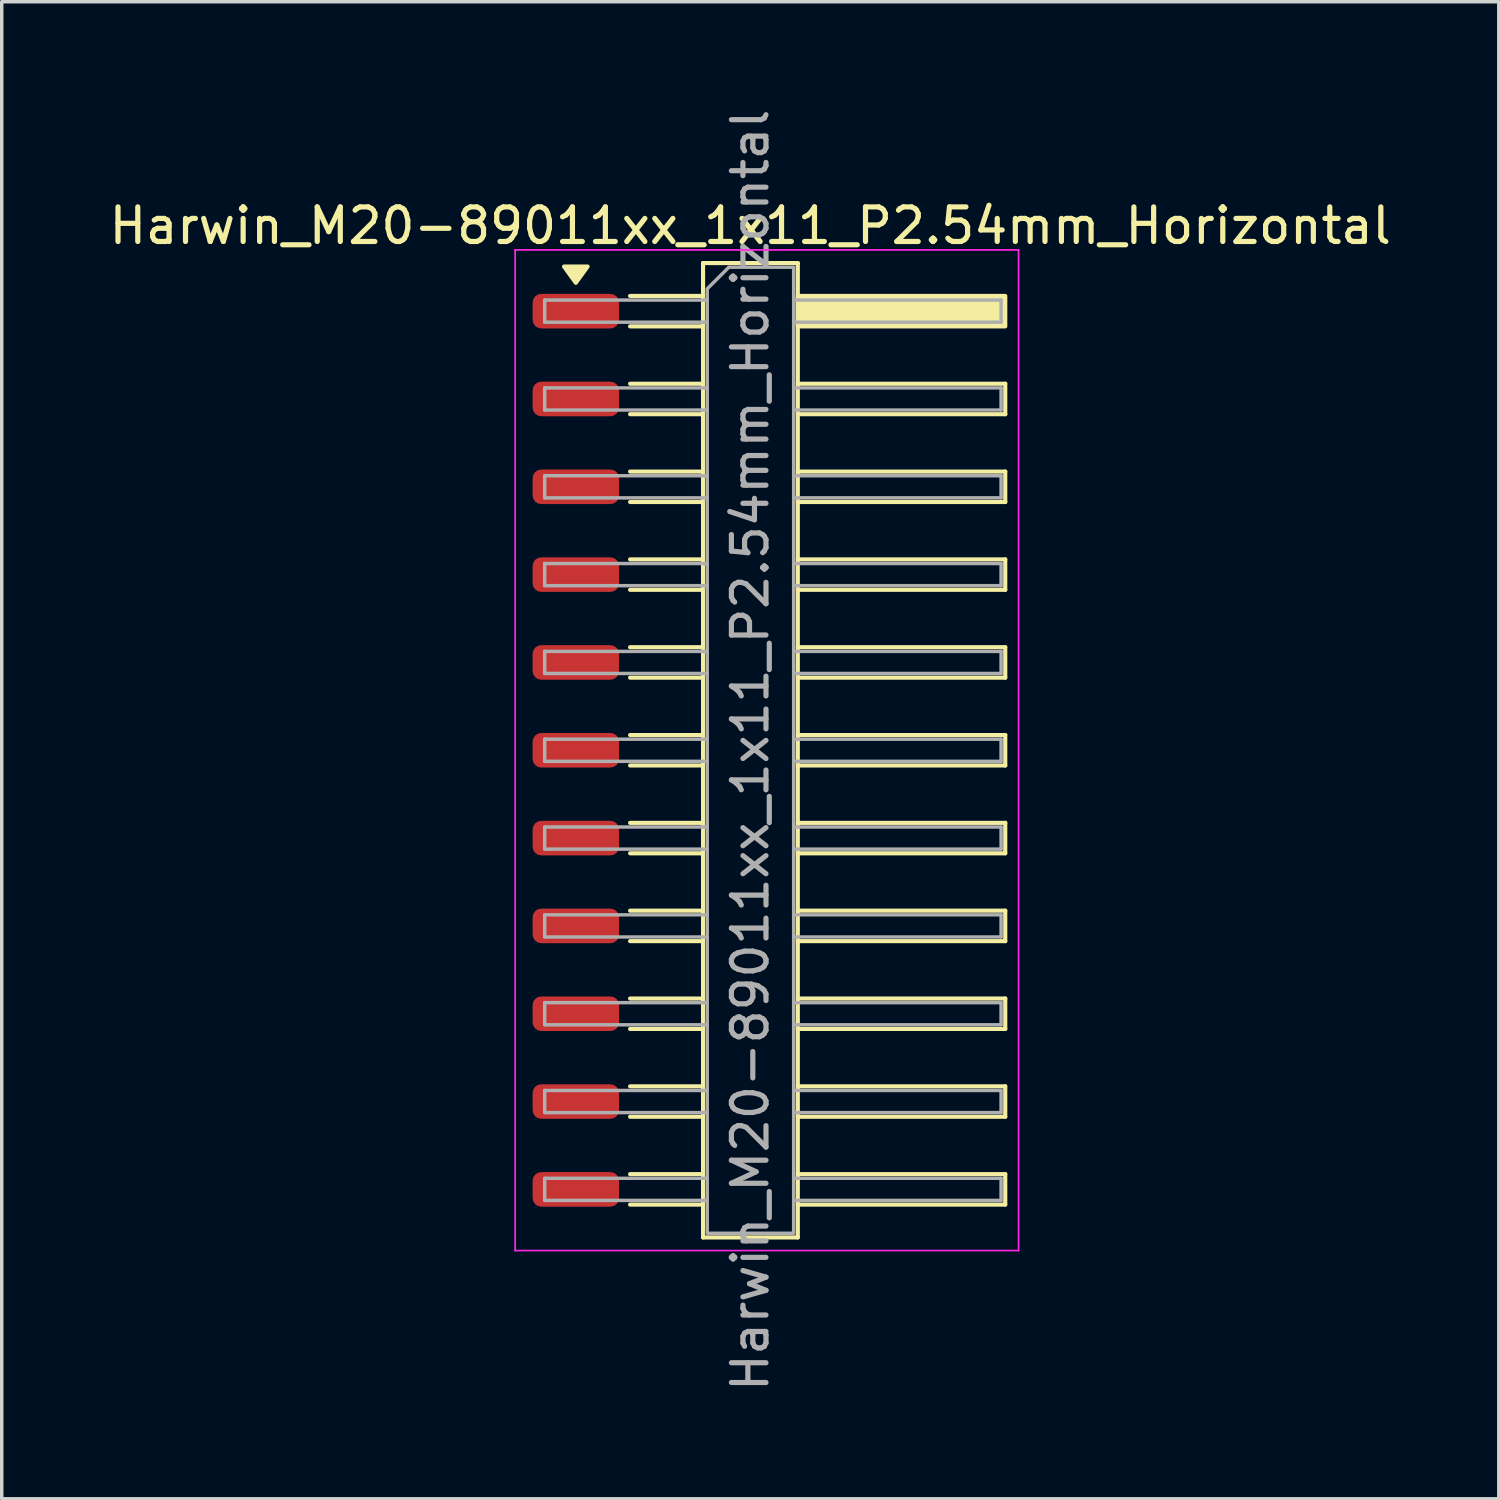
<source format=kicad_pcb>
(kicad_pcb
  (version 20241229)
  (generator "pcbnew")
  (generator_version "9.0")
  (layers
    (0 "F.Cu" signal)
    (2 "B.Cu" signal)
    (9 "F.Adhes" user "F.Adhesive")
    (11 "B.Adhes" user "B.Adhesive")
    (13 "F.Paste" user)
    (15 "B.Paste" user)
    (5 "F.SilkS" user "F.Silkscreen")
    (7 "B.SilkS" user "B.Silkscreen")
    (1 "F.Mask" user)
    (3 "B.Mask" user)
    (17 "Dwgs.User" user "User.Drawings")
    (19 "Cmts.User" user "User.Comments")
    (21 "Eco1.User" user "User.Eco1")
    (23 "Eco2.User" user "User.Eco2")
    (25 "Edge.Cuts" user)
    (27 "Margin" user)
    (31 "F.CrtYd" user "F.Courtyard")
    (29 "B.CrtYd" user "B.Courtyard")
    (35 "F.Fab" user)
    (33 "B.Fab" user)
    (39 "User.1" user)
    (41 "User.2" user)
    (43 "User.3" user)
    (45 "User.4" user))
  (footprint "Harwin_M20-89011xx_1x11_P2.54mm_Horizontal"
    (layer "F.Cu")
    (at 19.129 18.649)
    (property "Reference" "Harwin_M20-89011xx_1x11_P2.54mm_Horizontal" (at -0.48 -15.17 0) (layer "F.SilkS") (effects (font (size 1 1) (thickness 0.15))))
    (attr smd)
    (fp_line (start -3.955 -13.14) (end -1.845 -13.14) (stroke (width 0.12) (type solid)) (layer "F.SilkS"))
    (fp_line (start -3.955 -12.26) (end -1.845 -12.26) (stroke (width 0.12) (type solid)) (layer "F.SilkS"))
    (fp_line (start -3.955 -10.6) (end -1.845 -10.6) (stroke (width 0.12) (type solid)) (layer "F.SilkS"))
    (fp_line (start -3.955 -9.72) (end -1.845 -9.72) (stroke (width 0.12) (type solid)) (layer "F.SilkS"))
    (fp_line (start -3.955 -8.06) (end -1.845 -8.06) (stroke (width 0.12) (type solid)) (layer "F.SilkS"))
    (fp_line (start -3.955 -7.18) (end -1.845 -7.18) (stroke (width 0.12) (type solid)) (layer "F.SilkS"))
    (fp_line (start -3.955 -5.52) (end -1.845 -5.52) (stroke (width 0.12) (type solid)) (layer "F.SilkS"))
    (fp_line (start -3.955 -4.64) (end -1.845 -4.64) (stroke (width 0.12) (type solid)) (layer "F.SilkS"))
    (fp_line (start -3.955 -2.98) (end -1.845 -2.98) (stroke (width 0.12) (type solid)) (layer "F.SilkS"))
    (fp_line (start -3.955 -2.1) (end -1.845 -2.1) (stroke (width 0.12) (type solid)) (layer "F.SilkS"))
    (fp_line (start -3.955 -0.44) (end -1.845 -0.44) (stroke (width 0.12) (type solid)) (layer "F.SilkS"))
    (fp_line (start -3.955 0.44) (end -1.845 0.44) (stroke (width 0.12) (type solid)) (layer "F.SilkS"))
    (fp_line (start -3.955 2.1) (end -1.845 2.1) (stroke (width 0.12) (type solid)) (layer "F.SilkS"))
    (fp_line (start -3.955 2.98) (end -1.845 2.98) (stroke (width 0.12) (type solid)) (layer "F.SilkS"))
    (fp_line (start -3.955 4.64) (end -1.845 4.64) (stroke (width 0.12) (type solid)) (layer "F.SilkS"))
    (fp_line (start -3.955 5.52) (end -1.845 5.52) (stroke (width 0.12) (type solid)) (layer "F.SilkS"))
    (fp_line (start -3.955 7.18) (end -1.845 7.18) (stroke (width 0.12) (type solid)) (layer "F.SilkS"))
    (fp_line (start -3.955 8.06) (end -1.845 8.06) (stroke (width 0.12) (type solid)) (layer "F.SilkS"))
    (fp_line (start -3.955 9.72) (end -1.845 9.72) (stroke (width 0.12) (type solid)) (layer "F.SilkS"))
    (fp_line (start -3.955 10.6) (end -1.845 10.6) (stroke (width 0.12) (type solid)) (layer "F.SilkS"))
    (fp_line (start -3.955 12.26) (end -1.845 12.26) (stroke (width 0.12) (type solid)) (layer "F.SilkS"))
    (fp_line (start -3.955 13.14) (end -1.845 13.14) (stroke (width 0.12) (type solid)) (layer "F.SilkS"))
    (fp_line (start -1.845 -14.09) (end 0.895 -14.09) (stroke (width 0.12) (type solid)) (layer "F.SilkS"))
    (fp_line (start -1.845 14.09) (end -1.845 -14.09) (stroke (width 0.12) (type solid)) (layer "F.SilkS"))
    (fp_line (start 0.895 -14.09) (end 0.895 14.09) (stroke (width 0.12) (type solid)) (layer "F.SilkS"))
    (fp_line (start 0.895 -10.6) (end 6.895 -10.6) (stroke (width 0.12) (type solid)) (layer "F.SilkS"))
    (fp_line (start 0.895 -8.06) (end 6.895 -8.06) (stroke (width 0.12) (type solid)) (layer "F.SilkS"))
    (fp_line (start 0.895 -5.52) (end 6.895 -5.52) (stroke (width 0.12) (type solid)) (layer "F.SilkS"))
    (fp_line (start 0.895 -2.98) (end 6.895 -2.98) (stroke (width 0.12) (type solid)) (layer "F.SilkS"))
    (fp_line (start 0.895 -0.44) (end 6.895 -0.44) (stroke (width 0.12) (type solid)) (layer "F.SilkS"))
    (fp_line (start 0.895 2.1) (end 6.895 2.1) (stroke (width 0.12) (type solid)) (layer "F.SilkS"))
    (fp_line (start 0.895 4.64) (end 6.895 4.64) (stroke (width 0.12) (type solid)) (layer "F.SilkS"))
    (fp_line (start 0.895 7.18) (end 6.895 7.18) (stroke (width 0.12) (type solid)) (layer "F.SilkS"))
    (fp_line (start 0.895 9.72) (end 6.895 9.72) (stroke (width 0.12) (type solid)) (layer "F.SilkS"))
    (fp_line (start 0.895 12.26) (end 6.895 12.26) (stroke (width 0.12) (type solid)) (layer "F.SilkS"))
    (fp_line (start 0.895 14.09) (end -1.845 14.09) (stroke (width 0.12) (type solid)) (layer "F.SilkS"))
    (fp_line (start 6.895 -10.6) (end 6.895 -9.72) (stroke (width 0.12) (type solid)) (layer "F.SilkS"))
    (fp_line (start 6.895 -9.72) (end 0.895 -9.72) (stroke (width 0.12) (type solid)) (layer "F.SilkS"))
    (fp_line (start 6.895 -8.06) (end 6.895 -7.18) (stroke (width 0.12) (type solid)) (layer "F.SilkS"))
    (fp_line (start 6.895 -7.18) (end 0.895 -7.18) (stroke (width 0.12) (type solid)) (layer "F.SilkS"))
    (fp_line (start 6.895 -5.52) (end 6.895 -4.64) (stroke (width 0.12) (type solid)) (layer "F.SilkS"))
    (fp_line (start 6.895 -4.64) (end 0.895 -4.64) (stroke (width 0.12) (type solid)) (layer "F.SilkS"))
    (fp_line (start 6.895 -2.98) (end 6.895 -2.1) (stroke (width 0.12) (type solid)) (layer "F.SilkS"))
    (fp_line (start 6.895 -2.1) (end 0.895 -2.1) (stroke (width 0.12) (type solid)) (layer "F.SilkS"))
    (fp_line (start 6.895 -0.44) (end 6.895 0.44) (stroke (width 0.12) (type solid)) (layer "F.SilkS"))
    (fp_line (start 6.895 0.44) (end 0.895 0.44) (stroke (width 0.12) (type solid)) (layer "F.SilkS"))
    (fp_line (start 6.895 2.1) (end 6.895 2.98) (stroke (width 0.12) (type solid)) (layer "F.SilkS"))
    (fp_line (start 6.895 2.98) (end 0.895 2.98) (stroke (width 0.12) (type solid)) (layer "F.SilkS"))
    (fp_line (start 6.895 4.64) (end 6.895 5.52) (stroke (width 0.12) (type solid)) (layer "F.SilkS"))
    (fp_line (start 6.895 5.52) (end 0.895 5.52) (stroke (width 0.12) (type solid)) (layer "F.SilkS"))
    (fp_line (start 6.895 7.18) (end 6.895 8.06) (stroke (width 0.12) (type solid)) (layer "F.SilkS"))
    (fp_line (start 6.895 8.06) (end 0.895 8.06) (stroke (width 0.12) (type solid)) (layer "F.SilkS"))
    (fp_line (start 6.895 9.72) (end 6.895 10.6) (stroke (width 0.12) (type solid)) (layer "F.SilkS"))
    (fp_line (start 6.895 10.6) (end 0.895 10.6) (stroke (width 0.12) (type solid)) (layer "F.SilkS"))
    (fp_line (start 6.895 12.26) (end 6.895 13.14) (stroke (width 0.12) (type solid)) (layer "F.SilkS"))
    (fp_line (start 6.895 13.14) (end 0.895 13.14) (stroke (width 0.12) (type solid)) (layer "F.SilkS"))
    (fp_rect (start 0.895 -13.14) (end 6.895 -12.26) (stroke (width 0.12) (type solid)) (fill yes) (layer "F.SilkS"))
    (fp_poly (pts (xy -5.525 -13.52) (xy -5.865 -13.99) (xy -5.185 -13.99)) (stroke (width 0.12) (type solid)) (fill yes) (layer "F.SilkS"))
    (fp_line (start -7.28 -14.47) (end 7.28 -14.47) (stroke (width 0.05) (type solid)) (layer "F.CrtYd"))
    (fp_line (start -7.28 14.47) (end -7.28 -14.47) (stroke (width 0.05) (type solid)) (layer "F.CrtYd"))
    (fp_line (start 7.28 -14.47) (end 7.28 14.47) (stroke (width 0.05) (type solid)) (layer "F.CrtYd"))
    (fp_line (start 7.28 14.47) (end -7.28 14.47) (stroke (width 0.05) (type solid)) (layer "F.CrtYd"))
    (fp_line (start -6.425 -13.02) (end -6.425 -12.38) (stroke (width 0.1) (type solid)) (layer "F.Fab"))
    (fp_line (start -6.425 -12.38) (end -1.725 -12.38) (stroke (width 0.1) (type solid)) (layer "F.Fab"))
    (fp_line (start -6.425 -10.48) (end -6.425 -9.84) (stroke (width 0.1) (type solid)) (layer "F.Fab"))
    (fp_line (start -6.425 -9.84) (end -1.725 -9.84) (stroke (width 0.1) (type solid)) (layer "F.Fab"))
    (fp_line (start -6.425 -7.94) (end -6.425 -7.3) (stroke (width 0.1) (type solid)) (layer "F.Fab"))
    (fp_line (start -6.425 -7.3) (end -1.725 -7.3) (stroke (width 0.1) (type solid)) (layer "F.Fab"))
    (fp_line (start -6.425 -5.4) (end -6.425 -4.76) (stroke (width 0.1) (type solid)) (layer "F.Fab"))
    (fp_line (start -6.425 -4.76) (end -1.725 -4.76) (stroke (width 0.1) (type solid)) (layer "F.Fab"))
    (fp_line (start -6.425 -2.86) (end -6.425 -2.22) (stroke (width 0.1) (type solid)) (layer "F.Fab"))
    (fp_line (start -6.425 -2.22) (end -1.725 -2.22) (stroke (width 0.1) (type solid)) (layer "F.Fab"))
    (fp_line (start -6.425 -0.32) (end -6.425 0.32) (stroke (width 0.1) (type solid)) (layer "F.Fab"))
    (fp_line (start -6.425 0.32) (end -1.725 0.32) (stroke (width 0.1) (type solid)) (layer "F.Fab"))
    (fp_line (start -6.425 2.22) (end -6.425 2.86) (stroke (width 0.1) (type solid)) (layer "F.Fab"))
    (fp_line (start -6.425 2.86) (end -1.725 2.86) (stroke (width 0.1) (type solid)) (layer "F.Fab"))
    (fp_line (start -6.425 4.76) (end -6.425 5.4) (stroke (width 0.1) (type solid)) (layer "F.Fab"))
    (fp_line (start -6.425 5.4) (end -1.725 5.4) (stroke (width 0.1) (type solid)) (layer "F.Fab"))
    (fp_line (start -6.425 7.3) (end -6.425 7.94) (stroke (width 0.1) (type solid)) (layer "F.Fab"))
    (fp_line (start -6.425 7.94) (end -1.725 7.94) (stroke (width 0.1) (type solid)) (layer "F.Fab"))
    (fp_line (start -6.425 9.84) (end -6.425 10.48) (stroke (width 0.1) (type solid)) (layer "F.Fab"))
    (fp_line (start -6.425 10.48) (end -1.725 10.48) (stroke (width 0.1) (type solid)) (layer "F.Fab"))
    (fp_line (start -6.425 12.38) (end -6.425 13.02) (stroke (width 0.1) (type solid)) (layer "F.Fab"))
    (fp_line (start -6.425 13.02) (end -1.725 13.02) (stroke (width 0.1) (type solid)) (layer "F.Fab"))
    (fp_line (start -1.725 -13.02) (end -6.425 -13.02) (stroke (width 0.1) (type solid)) (layer "F.Fab"))
    (fp_line (start -1.725 -10.48) (end -6.425 -10.48) (stroke (width 0.1) (type solid)) (layer "F.Fab"))
    (fp_line (start -1.725 -7.94) (end -6.425 -7.94) (stroke (width 0.1) (type solid)) (layer "F.Fab"))
    (fp_line (start -1.725 -5.4) (end -6.425 -5.4) (stroke (width 0.1) (type solid)) (layer "F.Fab"))
    (fp_line (start -1.725 -2.86) (end -6.425 -2.86) (stroke (width 0.1) (type solid)) (layer "F.Fab"))
    (fp_line (start -1.725 -0.32) (end -6.425 -0.32) (stroke (width 0.1) (type solid)) (layer "F.Fab"))
    (fp_line (start -1.725 2.22) (end -6.425 2.22) (stroke (width 0.1) (type solid)) (layer "F.Fab"))
    (fp_line (start -1.725 4.76) (end -6.425 4.76) (stroke (width 0.1) (type solid)) (layer "F.Fab"))
    (fp_line (start -1.725 7.3) (end -6.425 7.3) (stroke (width 0.1) (type solid)) (layer "F.Fab"))
    (fp_line (start -1.725 9.84) (end -6.425 9.84) (stroke (width 0.1) (type solid)) (layer "F.Fab"))
    (fp_line (start -1.725 12.38) (end -6.425 12.38) (stroke (width 0.1) (type solid)) (layer "F.Fab"))
    (fp_line (start 0.775 -13.02) (end 6.775 -13.02) (stroke (width 0.1) (type solid)) (layer "F.Fab"))
    (fp_line (start 0.775 -10.48) (end 6.775 -10.48) (stroke (width 0.1) (type solid)) (layer "F.Fab"))
    (fp_line (start 0.775 -7.94) (end 6.775 -7.94) (stroke (width 0.1) (type solid)) (layer "F.Fab"))
    (fp_line (start 0.775 -5.4) (end 6.775 -5.4) (stroke (width 0.1) (type solid)) (layer "F.Fab"))
    (fp_line (start 0.775 -2.86) (end 6.775 -2.86) (stroke (width 0.1) (type solid)) (layer "F.Fab"))
    (fp_line (start 0.775 -0.32) (end 6.775 -0.32) (stroke (width 0.1) (type solid)) (layer "F.Fab"))
    (fp_line (start 0.775 2.22) (end 6.775 2.22) (stroke (width 0.1) (type solid)) (layer "F.Fab"))
    (fp_line (start 0.775 4.76) (end 6.775 4.76) (stroke (width 0.1) (type solid)) (layer "F.Fab"))
    (fp_line (start 0.775 7.3) (end 6.775 7.3) (stroke (width 0.1) (type solid)) (layer "F.Fab"))
    (fp_line (start 0.775 9.84) (end 6.775 9.84) (stroke (width 0.1) (type solid)) (layer "F.Fab"))
    (fp_line (start 0.775 12.38) (end 6.775 12.38) (stroke (width 0.1) (type solid)) (layer "F.Fab"))
    (fp_line (start 6.775 -13.02) (end 6.775 -12.38) (stroke (width 0.1) (type solid)) (layer "F.Fab"))
    (fp_line (start 6.775 -12.38) (end 0.775 -12.38) (stroke (width 0.1) (type solid)) (layer "F.Fab"))
    (fp_line (start 6.775 -10.48) (end 6.775 -9.84) (stroke (width 0.1) (type solid)) (layer "F.Fab"))
    (fp_line (start 6.775 -9.84) (end 0.775 -9.84) (stroke (width 0.1) (type solid)) (layer "F.Fab"))
    (fp_line (start 6.775 -7.94) (end 6.775 -7.3) (stroke (width 0.1) (type solid)) (layer "F.Fab"))
    (fp_line (start 6.775 -7.3) (end 0.775 -7.3) (stroke (width 0.1) (type solid)) (layer "F.Fab"))
    (fp_line (start 6.775 -5.4) (end 6.775 -4.76) (stroke (width 0.1) (type solid)) (layer "F.Fab"))
    (fp_line (start 6.775 -4.76) (end 0.775 -4.76) (stroke (width 0.1) (type solid)) (layer "F.Fab"))
    (fp_line (start 6.775 -2.86) (end 6.775 -2.22) (stroke (width 0.1) (type solid)) (layer "F.Fab"))
    (fp_line (start 6.775 -2.22) (end 0.775 -2.22) (stroke (width 0.1) (type solid)) (layer "F.Fab"))
    (fp_line (start 6.775 -0.32) (end 6.775 0.32) (stroke (width 0.1) (type solid)) (layer "F.Fab"))
    (fp_line (start 6.775 0.32) (end 0.775 0.32) (stroke (width 0.1) (type solid)) (layer "F.Fab"))
    (fp_line (start 6.775 2.22) (end 6.775 2.86) (stroke (width 0.1) (type solid)) (layer "F.Fab"))
    (fp_line (start 6.775 2.86) (end 0.775 2.86) (stroke (width 0.1) (type solid)) (layer "F.Fab"))
    (fp_line (start 6.775 4.76) (end 6.775 5.4) (stroke (width 0.1) (type solid)) (layer "F.Fab"))
    (fp_line (start 6.775 5.4) (end 0.775 5.4) (stroke (width 0.1) (type solid)) (layer "F.Fab"))
    (fp_line (start 6.775 7.3) (end 6.775 7.94) (stroke (width 0.1) (type solid)) (layer "F.Fab"))
    (fp_line (start 6.775 7.94) (end 0.775 7.94) (stroke (width 0.1) (type solid)) (layer "F.Fab"))
    (fp_line (start 6.775 9.84) (end 6.775 10.48) (stroke (width 0.1) (type solid)) (layer "F.Fab"))
    (fp_line (start 6.775 10.48) (end 0.775 10.48) (stroke (width 0.1) (type solid)) (layer "F.Fab"))
    (fp_line (start 6.775 12.38) (end 6.775 13.02) (stroke (width 0.1) (type solid)) (layer "F.Fab"))
    (fp_line (start 6.775 13.02) (end 0.775 13.02) (stroke (width 0.1) (type solid)) (layer "F.Fab"))
    (fp_poly (pts (xy -1.725 -13.345) (xy -1.725 13.97) (xy 0.775 13.97) (xy 0.775 -13.97) (xy -1.1 -13.97)) (stroke (width 0.1) (type solid)) (fill no) (layer "F.Fab"))
    (fp_text user "${REFERENCE}" (at -0.48 0 90) (layer "F.Fab") (effects (font (size 1 1) (thickness 0.15))))
    (pad "1" smd roundrect (at -5.525 -12.7) (size 2.5 1) (layers "F.Cu" "F.Mask" "F.Paste") (roundrect_rratio 0.25))
    (pad "2" smd roundrect (at -5.525 -10.16) (size 2.5 1) (layers "F.Cu" "F.Mask" "F.Paste") (roundrect_rratio 0.25))
    (pad "3" smd roundrect (at -5.525 -7.62) (size 2.5 1) (layers "F.Cu" "F.Mask" "F.Paste") (roundrect_rratio 0.25))
    (pad "4" smd roundrect (at -5.525 -5.08) (size 2.5 1) (layers "F.Cu" "F.Mask" "F.Paste") (roundrect_rratio 0.25))
    (pad "5" smd roundrect (at -5.525 -2.54) (size 2.5 1) (layers "F.Cu" "F.Mask" "F.Paste") (roundrect_rratio 0.25))
    (pad "6" smd roundrect (at -5.525 0) (size 2.5 1) (layers "F.Cu" "F.Mask" "F.Paste") (roundrect_rratio 0.25))
    (pad "7" smd roundrect (at -5.525 2.54) (size 2.5 1) (layers "F.Cu" "F.Mask" "F.Paste") (roundrect_rratio 0.25))
    (pad "8" smd roundrect (at -5.525 5.08) (size 2.5 1) (layers "F.Cu" "F.Mask" "F.Paste") (roundrect_rratio 0.25))
    (pad "9" smd roundrect (at -5.525 7.62) (size 2.5 1) (layers "F.Cu" "F.Mask" "F.Paste") (roundrect_rratio 0.25))
    (pad "10" smd roundrect (at -5.525 10.16) (size 2.5 1) (layers "F.Cu" "F.Mask" "F.Paste") (roundrect_rratio 0.25))
    (pad "11" smd roundrect (at -5.525 12.7) (size 2.5 1) (layers "F.Cu" "F.Mask" "F.Paste") (roundrect_rratio 0.25)))
  (gr_rect
    (start -3 -3)
    (end 40.298 40.298)
    (stroke (width 0.1) (type default))
    (fill no)
    (layer "Edge.Cuts")))
</source>
